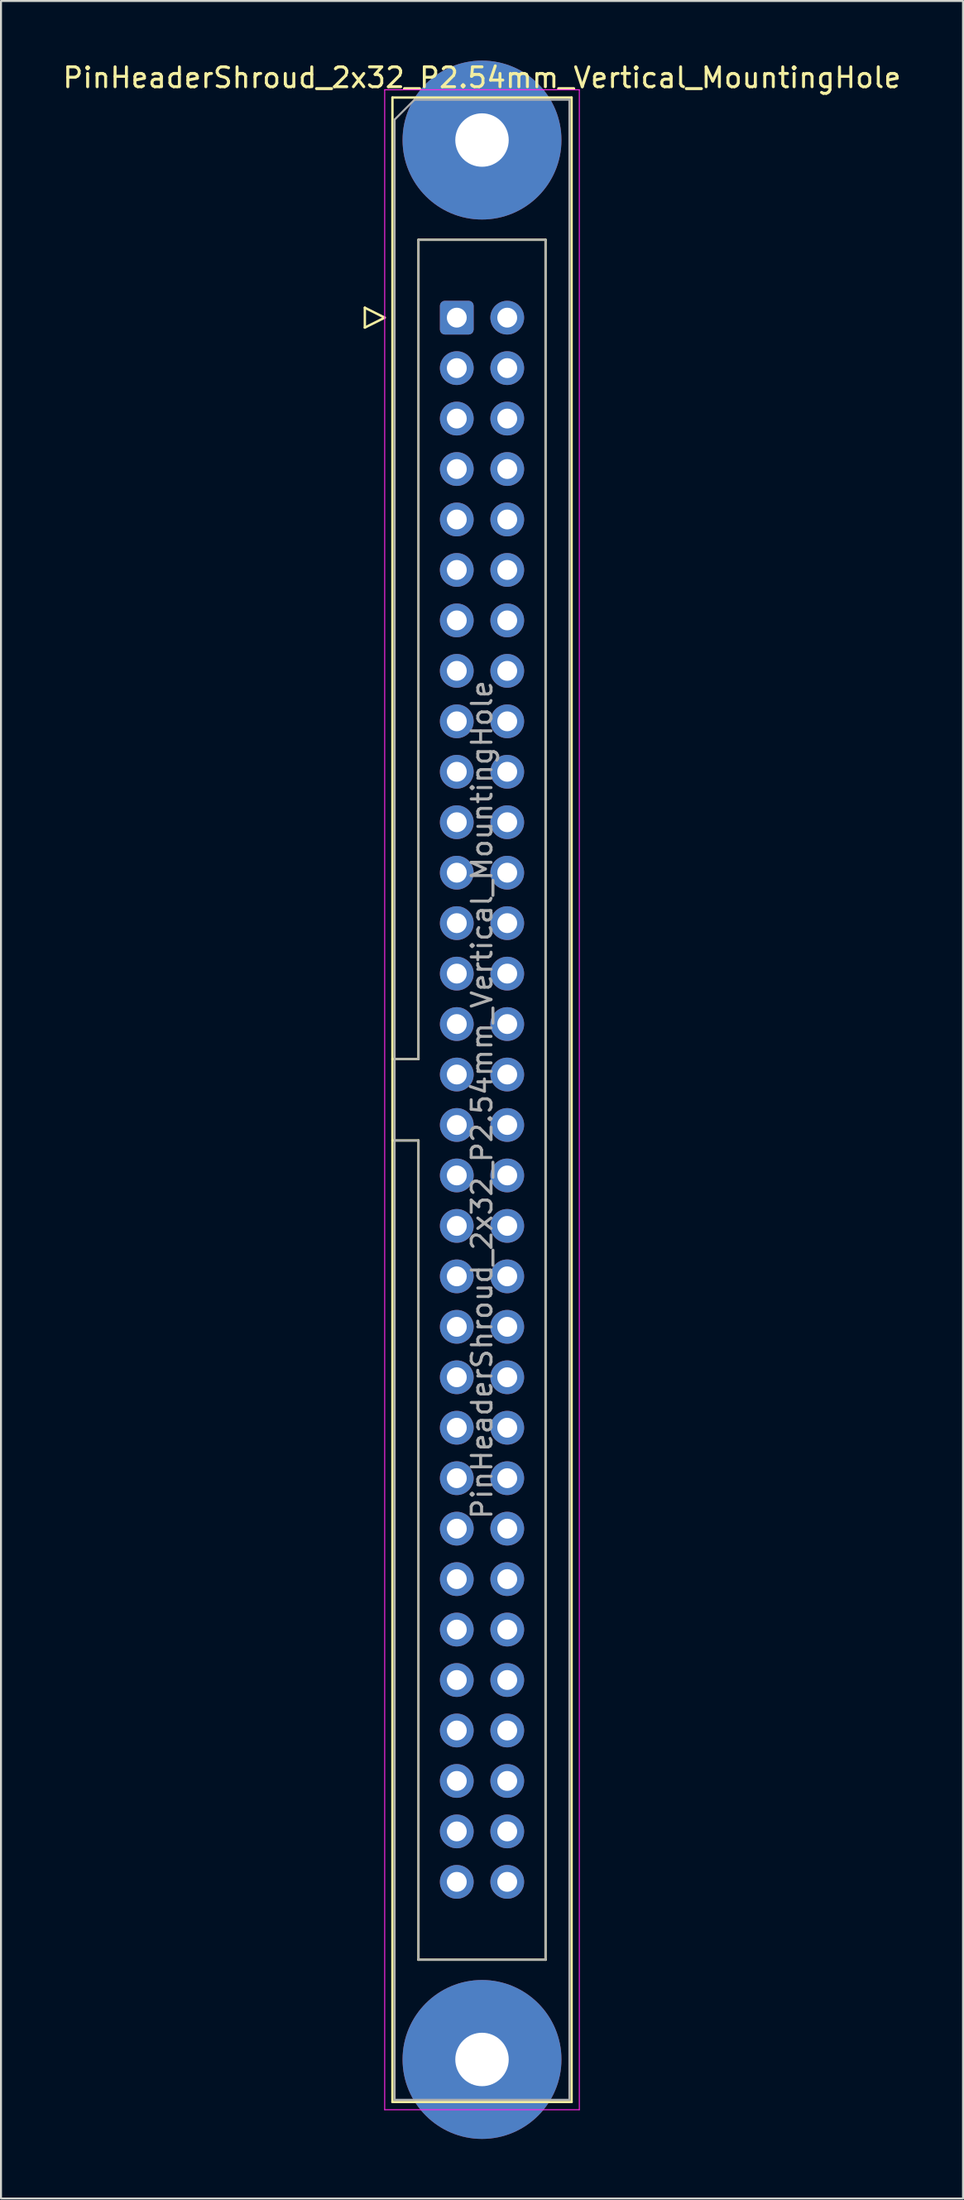
<source format=kicad_pcb>
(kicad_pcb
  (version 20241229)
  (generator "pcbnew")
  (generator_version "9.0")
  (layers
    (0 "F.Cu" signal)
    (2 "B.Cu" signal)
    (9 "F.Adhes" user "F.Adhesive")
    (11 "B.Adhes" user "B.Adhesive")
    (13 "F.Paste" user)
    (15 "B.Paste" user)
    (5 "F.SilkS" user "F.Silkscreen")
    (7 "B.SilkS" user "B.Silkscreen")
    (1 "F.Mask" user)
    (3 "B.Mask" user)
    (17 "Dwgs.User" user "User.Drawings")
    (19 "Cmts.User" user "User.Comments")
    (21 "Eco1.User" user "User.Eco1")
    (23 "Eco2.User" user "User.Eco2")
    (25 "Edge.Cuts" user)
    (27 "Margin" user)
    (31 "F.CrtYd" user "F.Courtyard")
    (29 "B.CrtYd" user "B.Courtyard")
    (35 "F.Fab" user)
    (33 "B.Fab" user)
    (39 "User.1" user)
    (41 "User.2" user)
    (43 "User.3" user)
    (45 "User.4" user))
  (footprint "PinHeaderShroud_2x32_P2.54mm_Vertical_MountingHole"
    (layer "F.Cu")
    (at 19.95 12.94)
    (property "Reference" "PinHeaderShroud_2x32_P2.54mm_Vertical_MountingHole" (at 1.27 -12.08 0) (layer "F.SilkS") (effects (font (size 1 1) (thickness 0.15))))
    (attr through_hole)
    (fp_line (start -4.63 -0.5) (end -4.63 0.5) (stroke (width 0.12) (type solid)) (layer "F.SilkS"))
    (fp_line (start -4.63 0.5) (end -3.63 0) (stroke (width 0.12) (type solid)) (layer "F.SilkS"))
    (fp_line (start -3.63 0) (end -4.63 -0.5) (stroke (width 0.12) (type solid)) (layer "F.SilkS"))
    (fp_line (start -3.24 -11.08) (end 5.78 -11.08) (stroke (width 0.12) (type solid)) (layer "F.SilkS"))
    (fp_line (start -3.24 37.32) (end -1.93 37.32) (stroke (width 0.12) (type solid)) (layer "F.SilkS"))
    (fp_line (start -3.24 41.42) (end -1.93 41.42) (stroke (width 0.12) (type solid)) (layer "F.SilkS"))
    (fp_line (start -3.24 89.82) (end -3.24 -11.08) (stroke (width 0.12) (type solid)) (layer "F.SilkS"))
    (fp_line (start -1.93 -3.92) (end 4.47 -3.92) (stroke (width 0.12) (type solid)) (layer "F.SilkS"))
    (fp_line (start -1.93 37.32) (end -1.93 -3.92) (stroke (width 0.12) (type solid)) (layer "F.SilkS"))
    (fp_line (start -1.93 82.66) (end -1.93 41.42) (stroke (width 0.12) (type solid)) (layer "F.SilkS"))
    (fp_line (start 4.47 -3.92) (end 4.47 82.66) (stroke (width 0.12) (type solid)) (layer "F.SilkS"))
    (fp_line (start 4.47 82.66) (end -1.93 82.66) (stroke (width 0.12) (type solid)) (layer "F.SilkS"))
    (fp_line (start 5.78 -11.08) (end 5.78 89.82) (stroke (width 0.12) (type solid)) (layer "F.SilkS"))
    (fp_line (start 5.78 89.82) (end -3.24 89.82) (stroke (width 0.12) (type solid)) (layer "F.SilkS"))
    (fp_line (start -3.63 -11.47) (end -3.63 90.21) (stroke (width 0.05) (type solid)) (layer "F.CrtYd"))
    (fp_line (start -3.63 90.21) (end 6.17 90.21) (stroke (width 0.05) (type solid)) (layer "F.CrtYd"))
    (fp_line (start 6.17 -11.47) (end -3.63 -11.47) (stroke (width 0.05) (type solid)) (layer "F.CrtYd"))
    (fp_line (start 6.17 90.21) (end 6.17 -11.47) (stroke (width 0.05) (type solid)) (layer "F.CrtYd"))
    (fp_line (start -3.13 -9.97) (end -2.13 -10.97) (stroke (width 0.1) (type solid)) (layer "F.Fab"))
    (fp_line (start -3.13 37.32) (end -1.93 37.32) (stroke (width 0.1) (type solid)) (layer "F.Fab"))
    (fp_line (start -3.13 41.42) (end -1.93 41.42) (stroke (width 0.1) (type solid)) (layer "F.Fab"))
    (fp_line (start -3.13 89.71) (end -3.13 -9.97) (stroke (width 0.1) (type solid)) (layer "F.Fab"))
    (fp_line (start -2.13 -10.97) (end 5.67 -10.97) (stroke (width 0.1) (type solid)) (layer "F.Fab"))
    (fp_line (start -1.93 -3.92) (end 4.47 -3.92) (stroke (width 0.1) (type solid)) (layer "F.Fab"))
    (fp_line (start -1.93 37.32) (end -1.93 -3.92) (stroke (width 0.1) (type solid)) (layer "F.Fab"))
    (fp_line (start -1.93 82.66) (end -1.93 41.42) (stroke (width 0.1) (type solid)) (layer "F.Fab"))
    (fp_line (start 4.47 -3.92) (end 4.47 82.66) (stroke (width 0.1) (type solid)) (layer "F.Fab"))
    (fp_line (start 4.47 82.66) (end -1.93 82.66) (stroke (width 0.1) (type solid)) (layer "F.Fab"))
    (fp_line (start 5.67 -10.97) (end 5.67 89.71) (stroke (width 0.1) (type solid)) (layer "F.Fab"))
    (fp_line (start 5.67 89.71) (end -3.13 89.71) (stroke (width 0.1) (type solid)) (layer "F.Fab"))
    (fp_text user "${REFERENCE}" (at 1.27 39.37 90) (layer "F.Fab") (effects (font (size 1 1) (thickness 0.15))))
    (pad "" thru_hole circle (at 1.27 -8.94) (size 8 8) (drill 2.69) (layers "*.Cu" "*.Mask"))
    (pad "" thru_hole circle (at 1.27 87.68) (size 8 8) (drill 2.69) (layers "*.Cu" "*.Mask"))
    (pad "1" thru_hole roundrect (at 0 0) (size 1.7 1.7) (drill 1) (layers "*.Cu" "*.Mask") (roundrect_rratio 0.147))
    (pad "2" thru_hole circle (at 2.54 0) (size 1.7 1.7) (drill 1) (layers "*.Cu" "*.Mask"))
    (pad "3" thru_hole circle (at 0 2.54) (size 1.7 1.7) (drill 1) (layers "*.Cu" "*.Mask"))
    (pad "4" thru_hole circle (at 2.54 2.54) (size 1.7 1.7) (drill 1) (layers "*.Cu" "*.Mask"))
    (pad "5" thru_hole circle (at 0 5.08) (size 1.7 1.7) (drill 1) (layers "*.Cu" "*.Mask"))
    (pad "6" thru_hole circle (at 2.54 5.08) (size 1.7 1.7) (drill 1) (layers "*.Cu" "*.Mask"))
    (pad "7" thru_hole circle (at 0 7.62) (size 1.7 1.7) (drill 1) (layers "*.Cu" "*.Mask"))
    (pad "8" thru_hole circle (at 2.54 7.62) (size 1.7 1.7) (drill 1) (layers "*.Cu" "*.Mask"))
    (pad "9" thru_hole circle (at 0 10.16) (size 1.7 1.7) (drill 1) (layers "*.Cu" "*.Mask"))
    (pad "10" thru_hole circle (at 2.54 10.16) (size 1.7 1.7) (drill 1) (layers "*.Cu" "*.Mask"))
    (pad "11" thru_hole circle (at 0 12.7) (size 1.7 1.7) (drill 1) (layers "*.Cu" "*.Mask"))
    (pad "12" thru_hole circle (at 2.54 12.7) (size 1.7 1.7) (drill 1) (layers "*.Cu" "*.Mask"))
    (pad "13" thru_hole circle (at 0 15.24) (size 1.7 1.7) (drill 1) (layers "*.Cu" "*.Mask"))
    (pad "14" thru_hole circle (at 2.54 15.24) (size 1.7 1.7) (drill 1) (layers "*.Cu" "*.Mask"))
    (pad "15" thru_hole circle (at 0 17.78) (size 1.7 1.7) (drill 1) (layers "*.Cu" "*.Mask"))
    (pad "16" thru_hole circle (at 2.54 17.78) (size 1.7 1.7) (drill 1) (layers "*.Cu" "*.Mask"))
    (pad "17" thru_hole circle (at 0 20.32) (size 1.7 1.7) (drill 1) (layers "*.Cu" "*.Mask"))
    (pad "18" thru_hole circle (at 2.54 20.32) (size 1.7 1.7) (drill 1) (layers "*.Cu" "*.Mask"))
    (pad "19" thru_hole circle (at 0 22.86) (size 1.7 1.7) (drill 1) (layers "*.Cu" "*.Mask"))
    (pad "20" thru_hole circle (at 2.54 22.86) (size 1.7 1.7) (drill 1) (layers "*.Cu" "*.Mask"))
    (pad "21" thru_hole circle (at 0 25.4) (size 1.7 1.7) (drill 1) (layers "*.Cu" "*.Mask"))
    (pad "22" thru_hole circle (at 2.54 25.4) (size 1.7 1.7) (drill 1) (layers "*.Cu" "*.Mask"))
    (pad "23" thru_hole circle (at 0 27.94) (size 1.7 1.7) (drill 1) (layers "*.Cu" "*.Mask"))
    (pad "24" thru_hole circle (at 2.54 27.94) (size 1.7 1.7) (drill 1) (layers "*.Cu" "*.Mask"))
    (pad "25" thru_hole circle (at 0 30.48) (size 1.7 1.7) (drill 1) (layers "*.Cu" "*.Mask"))
    (pad "26" thru_hole circle (at 2.54 30.48) (size 1.7 1.7) (drill 1) (layers "*.Cu" "*.Mask"))
    (pad "27" thru_hole circle (at 0 33.02) (size 1.7 1.7) (drill 1) (layers "*.Cu" "*.Mask"))
    (pad "28" thru_hole circle (at 2.54 33.02) (size 1.7 1.7) (drill 1) (layers "*.Cu" "*.Mask"))
    (pad "29" thru_hole circle (at 0 35.56) (size 1.7 1.7) (drill 1) (layers "*.Cu" "*.Mask"))
    (pad "30" thru_hole circle (at 2.54 35.56) (size 1.7 1.7) (drill 1) (layers "*.Cu" "*.Mask"))
    (pad "31" thru_hole circle (at 0 38.1) (size 1.7 1.7) (drill 1) (layers "*.Cu" "*.Mask"))
    (pad "32" thru_hole circle (at 2.54 38.1) (size 1.7 1.7) (drill 1) (layers "*.Cu" "*.Mask"))
    (pad "33" thru_hole circle (at 0 40.64) (size 1.7 1.7) (drill 1) (layers "*.Cu" "*.Mask"))
    (pad "34" thru_hole circle (at 2.54 40.64) (size 1.7 1.7) (drill 1) (layers "*.Cu" "*.Mask"))
    (pad "35" thru_hole circle (at 0 43.18) (size 1.7 1.7) (drill 1) (layers "*.Cu" "*.Mask"))
    (pad "36" thru_hole circle (at 2.54 43.18) (size 1.7 1.7) (drill 1) (layers "*.Cu" "*.Mask"))
    (pad "37" thru_hole circle (at 0 45.72) (size 1.7 1.7) (drill 1) (layers "*.Cu" "*.Mask"))
    (pad "38" thru_hole circle (at 2.54 45.72) (size 1.7 1.7) (drill 1) (layers "*.Cu" "*.Mask"))
    (pad "39" thru_hole circle (at 0 48.26) (size 1.7 1.7) (drill 1) (layers "*.Cu" "*.Mask"))
    (pad "40" thru_hole circle (at 2.54 48.26) (size 1.7 1.7) (drill 1) (layers "*.Cu" "*.Mask"))
    (pad "41" thru_hole circle (at 0 50.8) (size 1.7 1.7) (drill 1) (layers "*.Cu" "*.Mask"))
    (pad "42" thru_hole circle (at 2.54 50.8) (size 1.7 1.7) (drill 1) (layers "*.Cu" "*.Mask"))
    (pad "43" thru_hole circle (at 0 53.34) (size 1.7 1.7) (drill 1) (layers "*.Cu" "*.Mask"))
    (pad "44" thru_hole circle (at 2.54 53.34) (size 1.7 1.7) (drill 1) (layers "*.Cu" "*.Mask"))
    (pad "45" thru_hole circle (at 0 55.88) (size 1.7 1.7) (drill 1) (layers "*.Cu" "*.Mask"))
    (pad "46" thru_hole circle (at 2.54 55.88) (size 1.7 1.7) (drill 1) (layers "*.Cu" "*.Mask"))
    (pad "47" thru_hole circle (at 0 58.42) (size 1.7 1.7) (drill 1) (layers "*.Cu" "*.Mask"))
    (pad "48" thru_hole circle (at 2.54 58.42) (size 1.7 1.7) (drill 1) (layers "*.Cu" "*.Mask"))
    (pad "49" thru_hole circle (at 0 60.96) (size 1.7 1.7) (drill 1) (layers "*.Cu" "*.Mask"))
    (pad "50" thru_hole circle (at 2.54 60.96) (size 1.7 1.7) (drill 1) (layers "*.Cu" "*.Mask"))
    (pad "51" thru_hole circle (at 0 63.5) (size 1.7 1.7) (drill 1) (layers "*.Cu" "*.Mask"))
    (pad "52" thru_hole circle (at 2.54 63.5) (size 1.7 1.7) (drill 1) (layers "*.Cu" "*.Mask"))
    (pad "53" thru_hole circle (at 0 66.04) (size 1.7 1.7) (drill 1) (layers "*.Cu" "*.Mask"))
    (pad "54" thru_hole circle (at 2.54 66.04) (size 1.7 1.7) (drill 1) (layers "*.Cu" "*.Mask"))
    (pad "55" thru_hole circle (at 0 68.58) (size 1.7 1.7) (drill 1) (layers "*.Cu" "*.Mask"))
    (pad "56" thru_hole circle (at 2.54 68.58) (size 1.7 1.7) (drill 1) (layers "*.Cu" "*.Mask"))
    (pad "57" thru_hole circle (at 0 71.12) (size 1.7 1.7) (drill 1) (layers "*.Cu" "*.Mask"))
    (pad "58" thru_hole circle (at 2.54 71.12) (size 1.7 1.7) (drill 1) (layers "*.Cu" "*.Mask"))
    (pad "59" thru_hole circle (at 0 73.66) (size 1.7 1.7) (drill 1) (layers "*.Cu" "*.Mask"))
    (pad "60" thru_hole circle (at 2.54 73.66) (size 1.7 1.7) (drill 1) (layers "*.Cu" "*.Mask"))
    (pad "61" thru_hole circle (at 0 76.2) (size 1.7 1.7) (drill 1) (layers "*.Cu" "*.Mask"))
    (pad "62" thru_hole circle (at 2.54 76.2) (size 1.7 1.7) (drill 1) (layers "*.Cu" "*.Mask"))
    (pad "63" thru_hole circle (at 0 78.74) (size 1.7 1.7) (drill 1) (layers "*.Cu" "*.Mask"))
    (pad "64" thru_hole circle (at 2.54 78.74) (size 1.7 1.7) (drill 1) (layers "*.Cu" "*.Mask")))
  (gr_rect
    (start -3 -3)
    (end 45.44 107.62)
    (stroke (width 0.1) (type default))
    (fill no)
    (layer "Edge.Cuts")))
</source>
